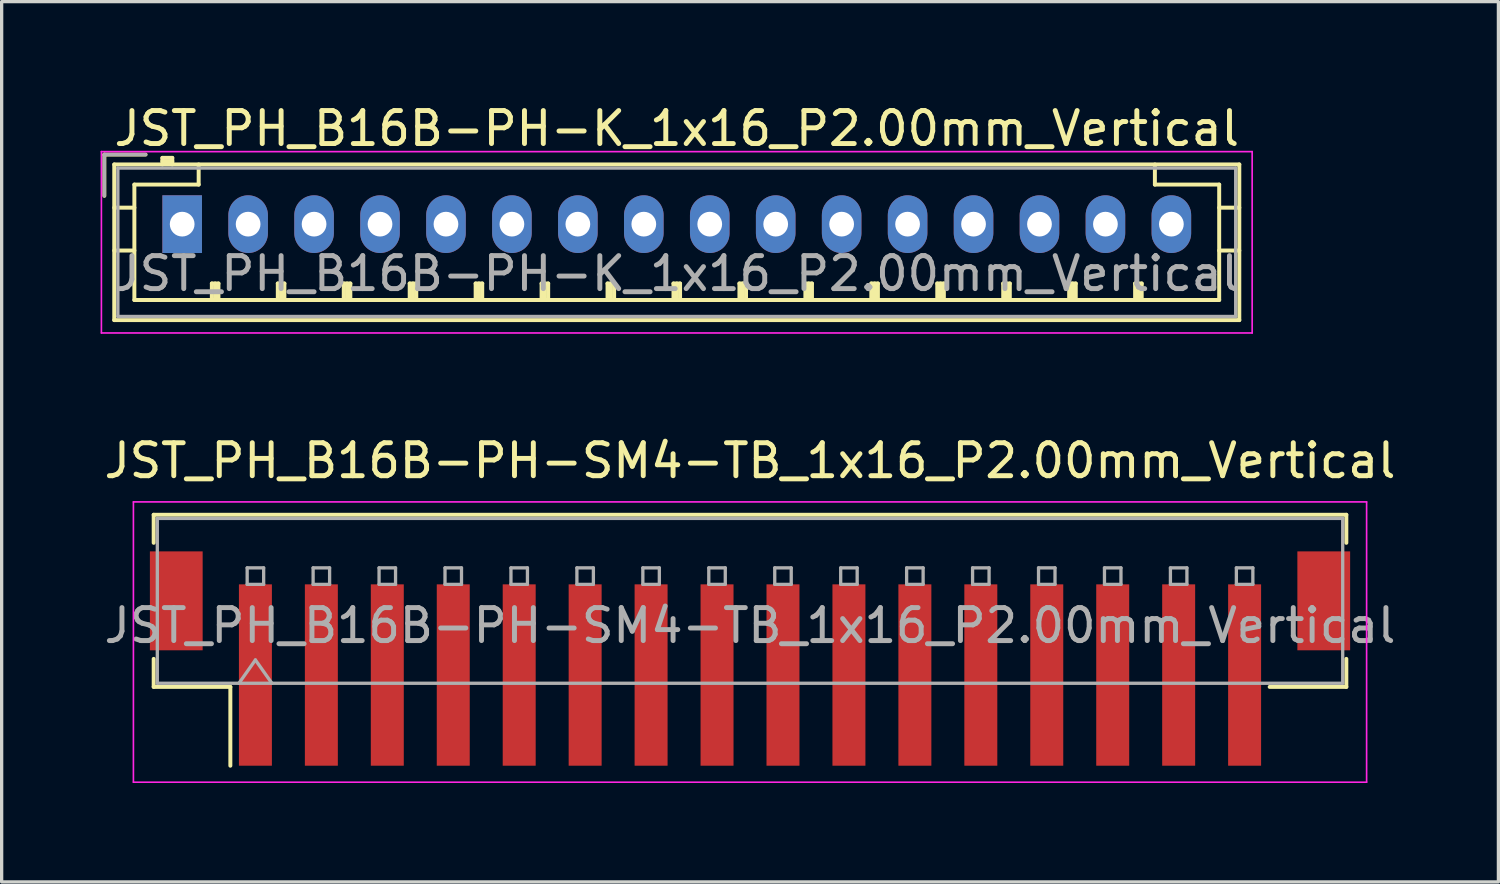
<source format=kicad_pcb>
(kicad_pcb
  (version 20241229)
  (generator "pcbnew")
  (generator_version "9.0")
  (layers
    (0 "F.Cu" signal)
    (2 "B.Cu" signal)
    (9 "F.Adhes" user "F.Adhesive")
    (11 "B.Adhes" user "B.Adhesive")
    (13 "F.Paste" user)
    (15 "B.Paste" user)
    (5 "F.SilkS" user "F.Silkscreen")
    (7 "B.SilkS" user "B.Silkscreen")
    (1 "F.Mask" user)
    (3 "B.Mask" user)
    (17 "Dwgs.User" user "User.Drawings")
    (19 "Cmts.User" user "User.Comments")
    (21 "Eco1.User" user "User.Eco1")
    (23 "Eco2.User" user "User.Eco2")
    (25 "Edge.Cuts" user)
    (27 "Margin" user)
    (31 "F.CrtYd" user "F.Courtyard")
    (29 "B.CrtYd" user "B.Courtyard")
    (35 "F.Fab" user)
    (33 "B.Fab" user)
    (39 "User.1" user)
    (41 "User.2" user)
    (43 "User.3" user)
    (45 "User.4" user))
  (footprint "JST_PH_B16B-PH-SM4-TB_1x16_P2.00mm_Vertical"
    (layer "F.Cu")
    (at 19.696 16.922)
    (property "Reference" "JST_PH_B16B-PH-SM4-TB_1x16_P2.00mm_Vertical" (at 0 -6 0) (layer "F.SilkS") (effects (font (size 1 1) (thickness 0.15))))
    (attr smd)
    (fp_line (start -18.085 -4.36) (end 18.085 -4.36) (stroke (width 0.12) (type solid)) (layer "F.SilkS"))
    (fp_line (start -18.085 -3.51) (end -18.085 -4.36) (stroke (width 0.12) (type solid)) (layer "F.SilkS"))
    (fp_line (start -18.085 0.01) (end -18.085 0.86) (stroke (width 0.12) (type solid)) (layer "F.SilkS"))
    (fp_line (start -18.085 0.86) (end -15.76 0.86) (stroke (width 0.12) (type solid)) (layer "F.SilkS"))
    (fp_line (start -15.76 0.86) (end -15.76 3.25) (stroke (width 0.12) (type solid)) (layer "F.SilkS"))
    (fp_line (start 18.085 -4.36) (end 18.085 -3.51) (stroke (width 0.12) (type solid)) (layer "F.SilkS"))
    (fp_line (start 18.085 0.01) (end 18.085 0.86) (stroke (width 0.12) (type solid)) (layer "F.SilkS"))
    (fp_line (start 18.085 0.86) (end 15.76 0.86) (stroke (width 0.12) (type solid)) (layer "F.SilkS"))
    (fp_line (start -18.7 -4.75) (end -18.7 3.75) (stroke (width 0.05) (type solid)) (layer "F.CrtYd"))
    (fp_line (start -18.7 3.75) (end 18.7 3.75) (stroke (width 0.05) (type solid)) (layer "F.CrtYd"))
    (fp_line (start 18.7 -4.75) (end -18.7 -4.75) (stroke (width 0.05) (type solid)) (layer "F.CrtYd"))
    (fp_line (start 18.7 3.75) (end 18.7 -4.75) (stroke (width 0.05) (type solid)) (layer "F.CrtYd"))
    (fp_line (start -17.975 -4.25) (end 17.975 -4.25) (stroke (width 0.1) (type solid)) (layer "F.Fab"))
    (fp_line (start -17.975 0.75) (end -17.975 -4.25) (stroke (width 0.1) (type solid)) (layer "F.Fab"))
    (fp_line (start -17.975 0.75) (end 17.975 0.75) (stroke (width 0.1) (type solid)) (layer "F.Fab"))
    (fp_line (start -15.5 0.75) (end -15 0.043) (stroke (width 0.1) (type solid)) (layer "F.Fab"))
    (fp_line (start -15.25 -2.75) (end -15.25 -2.25) (stroke (width 0.1) (type solid)) (layer "F.Fab"))
    (fp_line (start -15.25 -2.25) (end -14.75 -2.25) (stroke (width 0.1) (type solid)) (layer "F.Fab"))
    (fp_line (start -15 0.043) (end -14.5 0.75) (stroke (width 0.1) (type solid)) (layer "F.Fab"))
    (fp_line (start -14.75 -2.75) (end -15.25 -2.75) (stroke (width 0.1) (type solid)) (layer "F.Fab"))
    (fp_line (start -14.75 -2.25) (end -14.75 -2.75) (stroke (width 0.1) (type solid)) (layer "F.Fab"))
    (fp_line (start -13.25 -2.75) (end -13.25 -2.25) (stroke (width 0.1) (type solid)) (layer "F.Fab"))
    (fp_line (start -13.25 -2.25) (end -12.75 -2.25) (stroke (width 0.1) (type solid)) (layer "F.Fab"))
    (fp_line (start -12.75 -2.75) (end -13.25 -2.75) (stroke (width 0.1) (type solid)) (layer "F.Fab"))
    (fp_line (start -12.75 -2.25) (end -12.75 -2.75) (stroke (width 0.1) (type solid)) (layer "F.Fab"))
    (fp_line (start -11.25 -2.75) (end -11.25 -2.25) (stroke (width 0.1) (type solid)) (layer "F.Fab"))
    (fp_line (start -11.25 -2.25) (end -10.75 -2.25) (stroke (width 0.1) (type solid)) (layer "F.Fab"))
    (fp_line (start -10.75 -2.75) (end -11.25 -2.75) (stroke (width 0.1) (type solid)) (layer "F.Fab"))
    (fp_line (start -10.75 -2.25) (end -10.75 -2.75) (stroke (width 0.1) (type solid)) (layer "F.Fab"))
    (fp_line (start -9.25 -2.75) (end -9.25 -2.25) (stroke (width 0.1) (type solid)) (layer "F.Fab"))
    (fp_line (start -9.25 -2.25) (end -8.75 -2.25) (stroke (width 0.1) (type solid)) (layer "F.Fab"))
    (fp_line (start -8.75 -2.75) (end -9.25 -2.75) (stroke (width 0.1) (type solid)) (layer "F.Fab"))
    (fp_line (start -8.75 -2.25) (end -8.75 -2.75) (stroke (width 0.1) (type solid)) (layer "F.Fab"))
    (fp_line (start -7.25 -2.75) (end -7.25 -2.25) (stroke (width 0.1) (type solid)) (layer "F.Fab"))
    (fp_line (start -7.25 -2.25) (end -6.75 -2.25) (stroke (width 0.1) (type solid)) (layer "F.Fab"))
    (fp_line (start -6.75 -2.75) (end -7.25 -2.75) (stroke (width 0.1) (type solid)) (layer "F.Fab"))
    (fp_line (start -6.75 -2.25) (end -6.75 -2.75) (stroke (width 0.1) (type solid)) (layer "F.Fab"))
    (fp_line (start -5.25 -2.75) (end -5.25 -2.25) (stroke (width 0.1) (type solid)) (layer "F.Fab"))
    (fp_line (start -5.25 -2.25) (end -4.75 -2.25) (stroke (width 0.1) (type solid)) (layer "F.Fab"))
    (fp_line (start -4.75 -2.75) (end -5.25 -2.75) (stroke (width 0.1) (type solid)) (layer "F.Fab"))
    (fp_line (start -4.75 -2.25) (end -4.75 -2.75) (stroke (width 0.1) (type solid)) (layer "F.Fab"))
    (fp_line (start -3.25 -2.75) (end -3.25 -2.25) (stroke (width 0.1) (type solid)) (layer "F.Fab"))
    (fp_line (start -3.25 -2.25) (end -2.75 -2.25) (stroke (width 0.1) (type solid)) (layer "F.Fab"))
    (fp_line (start -2.75 -2.75) (end -3.25 -2.75) (stroke (width 0.1) (type solid)) (layer "F.Fab"))
    (fp_line (start -2.75 -2.25) (end -2.75 -2.75) (stroke (width 0.1) (type solid)) (layer "F.Fab"))
    (fp_line (start -1.25 -2.75) (end -1.25 -2.25) (stroke (width 0.1) (type solid)) (layer "F.Fab"))
    (fp_line (start -1.25 -2.25) (end -0.75 -2.25) (stroke (width 0.1) (type solid)) (layer "F.Fab"))
    (fp_line (start -0.75 -2.75) (end -1.25 -2.75) (stroke (width 0.1) (type solid)) (layer "F.Fab"))
    (fp_line (start -0.75 -2.25) (end -0.75 -2.75) (stroke (width 0.1) (type solid)) (layer "F.Fab"))
    (fp_line (start 0.75 -2.75) (end 0.75 -2.25) (stroke (width 0.1) (type solid)) (layer "F.Fab"))
    (fp_line (start 0.75 -2.25) (end 1.25 -2.25) (stroke (width 0.1) (type solid)) (layer "F.Fab"))
    (fp_line (start 1.25 -2.75) (end 0.75 -2.75) (stroke (width 0.1) (type solid)) (layer "F.Fab"))
    (fp_line (start 1.25 -2.25) (end 1.25 -2.75) (stroke (width 0.1) (type solid)) (layer "F.Fab"))
    (fp_line (start 2.75 -2.75) (end 2.75 -2.25) (stroke (width 0.1) (type solid)) (layer "F.Fab"))
    (fp_line (start 2.75 -2.25) (end 3.25 -2.25) (stroke (width 0.1) (type solid)) (layer "F.Fab"))
    (fp_line (start 3.25 -2.75) (end 2.75 -2.75) (stroke (width 0.1) (type solid)) (layer "F.Fab"))
    (fp_line (start 3.25 -2.25) (end 3.25 -2.75) (stroke (width 0.1) (type solid)) (layer "F.Fab"))
    (fp_line (start 4.75 -2.75) (end 4.75 -2.25) (stroke (width 0.1) (type solid)) (layer "F.Fab"))
    (fp_line (start 4.75 -2.25) (end 5.25 -2.25) (stroke (width 0.1) (type solid)) (layer "F.Fab"))
    (fp_line (start 5.25 -2.75) (end 4.75 -2.75) (stroke (width 0.1) (type solid)) (layer "F.Fab"))
    (fp_line (start 5.25 -2.25) (end 5.25 -2.75) (stroke (width 0.1) (type solid)) (layer "F.Fab"))
    (fp_line (start 6.75 -2.75) (end 6.75 -2.25) (stroke (width 0.1) (type solid)) (layer "F.Fab"))
    (fp_line (start 6.75 -2.25) (end 7.25 -2.25) (stroke (width 0.1) (type solid)) (layer "F.Fab"))
    (fp_line (start 7.25 -2.75) (end 6.75 -2.75) (stroke (width 0.1) (type solid)) (layer "F.Fab"))
    (fp_line (start 7.25 -2.25) (end 7.25 -2.75) (stroke (width 0.1) (type solid)) (layer "F.Fab"))
    (fp_line (start 8.75 -2.75) (end 8.75 -2.25) (stroke (width 0.1) (type solid)) (layer "F.Fab"))
    (fp_line (start 8.75 -2.25) (end 9.25 -2.25) (stroke (width 0.1) (type solid)) (layer "F.Fab"))
    (fp_line (start 9.25 -2.75) (end 8.75 -2.75) (stroke (width 0.1) (type solid)) (layer "F.Fab"))
    (fp_line (start 9.25 -2.25) (end 9.25 -2.75) (stroke (width 0.1) (type solid)) (layer "F.Fab"))
    (fp_line (start 10.75 -2.75) (end 10.75 -2.25) (stroke (width 0.1) (type solid)) (layer "F.Fab"))
    (fp_line (start 10.75 -2.25) (end 11.25 -2.25) (stroke (width 0.1) (type solid)) (layer "F.Fab"))
    (fp_line (start 11.25 -2.75) (end 10.75 -2.75) (stroke (width 0.1) (type solid)) (layer "F.Fab"))
    (fp_line (start 11.25 -2.25) (end 11.25 -2.75) (stroke (width 0.1) (type solid)) (layer "F.Fab"))
    (fp_line (start 12.75 -2.75) (end 12.75 -2.25) (stroke (width 0.1) (type solid)) (layer "F.Fab"))
    (fp_line (start 12.75 -2.25) (end 13.25 -2.25) (stroke (width 0.1) (type solid)) (layer "F.Fab"))
    (fp_line (start 13.25 -2.75) (end 12.75 -2.75) (stroke (width 0.1) (type solid)) (layer "F.Fab"))
    (fp_line (start 13.25 -2.25) (end 13.25 -2.75) (stroke (width 0.1) (type solid)) (layer "F.Fab"))
    (fp_line (start 14.75 -2.75) (end 14.75 -2.25) (stroke (width 0.1) (type solid)) (layer "F.Fab"))
    (fp_line (start 14.75 -2.25) (end 15.25 -2.25) (stroke (width 0.1) (type solid)) (layer "F.Fab"))
    (fp_line (start 15.25 -2.75) (end 14.75 -2.75) (stroke (width 0.1) (type solid)) (layer "F.Fab"))
    (fp_line (start 15.25 -2.25) (end 15.25 -2.75) (stroke (width 0.1) (type solid)) (layer "F.Fab"))
    (fp_line (start 17.975 0.75) (end 17.975 -4.25) (stroke (width 0.1) (type solid)) (layer "F.Fab"))
    (fp_text user "${REFERENCE}" (at 0 -1 0) (layer "F.Fab") (effects (font (size 1 1) (thickness 0.15))))
    (pad "" smd rect (at -17.4 -1.75) (size 1.6 3) (layers "F.Cu" "F.Mask" "F.Paste"))
    (pad "" smd rect (at 17.4 -1.75) (size 1.6 3) (layers "F.Cu" "F.Mask" "F.Paste"))
    (pad "1" smd rect (at -15 0.5) (size 1 5.5) (layers "F.Cu" "F.Mask" "F.Paste"))
    (pad "2" smd rect (at -13 0.5) (size 1 5.5) (layers "F.Cu" "F.Mask" "F.Paste"))
    (pad "3" smd rect (at -11 0.5) (size 1 5.5) (layers "F.Cu" "F.Mask" "F.Paste"))
    (pad "4" smd rect (at -9 0.5) (size 1 5.5) (layers "F.Cu" "F.Mask" "F.Paste"))
    (pad "5" smd rect (at -7 0.5) (size 1 5.5) (layers "F.Cu" "F.Mask" "F.Paste"))
    (pad "6" smd rect (at -5 0.5) (size 1 5.5) (layers "F.Cu" "F.Mask" "F.Paste"))
    (pad "7" smd rect (at -3 0.5) (size 1 5.5) (layers "F.Cu" "F.Mask" "F.Paste"))
    (pad "8" smd rect (at -1 0.5) (size 1 5.5) (layers "F.Cu" "F.Mask" "F.Paste"))
    (pad "9" smd rect (at 1 0.5) (size 1 5.5) (layers "F.Cu" "F.Mask" "F.Paste"))
    (pad "10" smd rect (at 3 0.5) (size 1 5.5) (layers "F.Cu" "F.Mask" "F.Paste"))
    (pad "11" smd rect (at 5 0.5) (size 1 5.5) (layers "F.Cu" "F.Mask" "F.Paste"))
    (pad "12" smd rect (at 7 0.5) (size 1 5.5) (layers "F.Cu" "F.Mask" "F.Paste"))
    (pad "13" smd rect (at 9 0.5) (size 1 5.5) (layers "F.Cu" "F.Mask" "F.Paste"))
    (pad "14" smd rect (at 11 0.5) (size 1 5.5) (layers "F.Cu" "F.Mask" "F.Paste"))
    (pad "15" smd rect (at 13 0.5) (size 1 5.5) (layers "F.Cu" "F.Mask" "F.Paste"))
    (pad "16" smd rect (at 15 0.5) (size 1 5.5) (layers "F.Cu" "F.Mask" "F.Paste")))
  (footprint "JST_PH_B16B-PH-K_1x16_P2.00mm_Vertical"
    (layer "F.Cu")
    (at 2.475 3.748)
    (property "Reference" "JST_PH_B16B-PH-K_1x16_P2.00mm_Vertical" (at 15 -2.9 0) (layer "F.SilkS") (effects (font (size 1 1) (thickness 0.15))))
    (attr through_hole)
    (fp_line (start -2.36 -2.11) (end -2.36 -0.86) (stroke (width 0.12) (type solid)) (layer "F.SilkS"))
    (fp_line (start -2.06 -1.81) (end -2.06 2.91) (stroke (width 0.12) (type solid)) (layer "F.SilkS"))
    (fp_line (start -2.06 -0.5) (end -1.45 -0.5) (stroke (width 0.12) (type solid)) (layer "F.SilkS"))
    (fp_line (start -2.06 0.8) (end -1.45 0.8) (stroke (width 0.12) (type solid)) (layer "F.SilkS"))
    (fp_line (start -2.06 2.91) (end 32.06 2.91) (stroke (width 0.12) (type solid)) (layer "F.SilkS"))
    (fp_line (start -1.45 -1.2) (end -1.45 2.3) (stroke (width 0.12) (type solid)) (layer "F.SilkS"))
    (fp_line (start -1.45 2.3) (end 31.45 2.3) (stroke (width 0.12) (type solid)) (layer "F.SilkS"))
    (fp_line (start -1.11 -2.11) (end -2.36 -2.11) (stroke (width 0.12) (type solid)) (layer "F.SilkS"))
    (fp_line (start -0.6 -2.01) (end -0.6 -1.81) (stroke (width 0.12) (type solid)) (layer "F.SilkS"))
    (fp_line (start -0.3 -2.01) (end -0.6 -2.01) (stroke (width 0.12) (type solid)) (layer "F.SilkS"))
    (fp_line (start -0.3 -1.91) (end -0.6 -1.91) (stroke (width 0.12) (type solid)) (layer "F.SilkS"))
    (fp_line (start -0.3 -1.81) (end -0.3 -2.01) (stroke (width 0.12) (type solid)) (layer "F.SilkS"))
    (fp_line (start 0.5 -1.81) (end 0.5 -1.2) (stroke (width 0.12) (type solid)) (layer "F.SilkS"))
    (fp_line (start 0.5 -1.2) (end -1.45 -1.2) (stroke (width 0.12) (type solid)) (layer "F.SilkS"))
    (fp_line (start 0.9 1.8) (end 1.1 1.8) (stroke (width 0.12) (type solid)) (layer "F.SilkS"))
    (fp_line (start 0.9 2.3) (end 0.9 1.8) (stroke (width 0.12) (type solid)) (layer "F.SilkS"))
    (fp_line (start 1 2.3) (end 1 1.8) (stroke (width 0.12) (type solid)) (layer "F.SilkS"))
    (fp_line (start 1.1 1.8) (end 1.1 2.3) (stroke (width 0.12) (type solid)) (layer "F.SilkS"))
    (fp_line (start 2.9 1.8) (end 3.1 1.8) (stroke (width 0.12) (type solid)) (layer "F.SilkS"))
    (fp_line (start 2.9 2.3) (end 2.9 1.8) (stroke (width 0.12) (type solid)) (layer "F.SilkS"))
    (fp_line (start 3 2.3) (end 3 1.8) (stroke (width 0.12) (type solid)) (layer "F.SilkS"))
    (fp_line (start 3.1 1.8) (end 3.1 2.3) (stroke (width 0.12) (type solid)) (layer "F.SilkS"))
    (fp_line (start 4.9 1.8) (end 5.1 1.8) (stroke (width 0.12) (type solid)) (layer "F.SilkS"))
    (fp_line (start 4.9 2.3) (end 4.9 1.8) (stroke (width 0.12) (type solid)) (layer "F.SilkS"))
    (fp_line (start 5 2.3) (end 5 1.8) (stroke (width 0.12) (type solid)) (layer "F.SilkS"))
    (fp_line (start 5.1 1.8) (end 5.1 2.3) (stroke (width 0.12) (type solid)) (layer "F.SilkS"))
    (fp_line (start 6.9 1.8) (end 7.1 1.8) (stroke (width 0.12) (type solid)) (layer "F.SilkS"))
    (fp_line (start 6.9 2.3) (end 6.9 1.8) (stroke (width 0.12) (type solid)) (layer "F.SilkS"))
    (fp_line (start 7 2.3) (end 7 1.8) (stroke (width 0.12) (type solid)) (layer "F.SilkS"))
    (fp_line (start 7.1 1.8) (end 7.1 2.3) (stroke (width 0.12) (type solid)) (layer "F.SilkS"))
    (fp_line (start 8.9 1.8) (end 9.1 1.8) (stroke (width 0.12) (type solid)) (layer "F.SilkS"))
    (fp_line (start 8.9 2.3) (end 8.9 1.8) (stroke (width 0.12) (type solid)) (layer "F.SilkS"))
    (fp_line (start 9 2.3) (end 9 1.8) (stroke (width 0.12) (type solid)) (layer "F.SilkS"))
    (fp_line (start 9.1 1.8) (end 9.1 2.3) (stroke (width 0.12) (type solid)) (layer "F.SilkS"))
    (fp_line (start 10.9 1.8) (end 11.1 1.8) (stroke (width 0.12) (type solid)) (layer "F.SilkS"))
    (fp_line (start 10.9 2.3) (end 10.9 1.8) (stroke (width 0.12) (type solid)) (layer "F.SilkS"))
    (fp_line (start 11 2.3) (end 11 1.8) (stroke (width 0.12) (type solid)) (layer "F.SilkS"))
    (fp_line (start 11.1 1.8) (end 11.1 2.3) (stroke (width 0.12) (type solid)) (layer "F.SilkS"))
    (fp_line (start 12.9 1.8) (end 13.1 1.8) (stroke (width 0.12) (type solid)) (layer "F.SilkS"))
    (fp_line (start 12.9 2.3) (end 12.9 1.8) (stroke (width 0.12) (type solid)) (layer "F.SilkS"))
    (fp_line (start 13 2.3) (end 13 1.8) (stroke (width 0.12) (type solid)) (layer "F.SilkS"))
    (fp_line (start 13.1 1.8) (end 13.1 2.3) (stroke (width 0.12) (type solid)) (layer "F.SilkS"))
    (fp_line (start 14.9 1.8) (end 15.1 1.8) (stroke (width 0.12) (type solid)) (layer "F.SilkS"))
    (fp_line (start 14.9 2.3) (end 14.9 1.8) (stroke (width 0.12) (type solid)) (layer "F.SilkS"))
    (fp_line (start 15 2.3) (end 15 1.8) (stroke (width 0.12) (type solid)) (layer "F.SilkS"))
    (fp_line (start 15.1 1.8) (end 15.1 2.3) (stroke (width 0.12) (type solid)) (layer "F.SilkS"))
    (fp_line (start 16.9 1.8) (end 17.1 1.8) (stroke (width 0.12) (type solid)) (layer "F.SilkS"))
    (fp_line (start 16.9 2.3) (end 16.9 1.8) (stroke (width 0.12) (type solid)) (layer "F.SilkS"))
    (fp_line (start 17 2.3) (end 17 1.8) (stroke (width 0.12) (type solid)) (layer "F.SilkS"))
    (fp_line (start 17.1 1.8) (end 17.1 2.3) (stroke (width 0.12) (type solid)) (layer "F.SilkS"))
    (fp_line (start 18.9 1.8) (end 19.1 1.8) (stroke (width 0.12) (type solid)) (layer "F.SilkS"))
    (fp_line (start 18.9 2.3) (end 18.9 1.8) (stroke (width 0.12) (type solid)) (layer "F.SilkS"))
    (fp_line (start 19 2.3) (end 19 1.8) (stroke (width 0.12) (type solid)) (layer "F.SilkS"))
    (fp_line (start 19.1 1.8) (end 19.1 2.3) (stroke (width 0.12) (type solid)) (layer "F.SilkS"))
    (fp_line (start 20.9 1.8) (end 21.1 1.8) (stroke (width 0.12) (type solid)) (layer "F.SilkS"))
    (fp_line (start 20.9 2.3) (end 20.9 1.8) (stroke (width 0.12) (type solid)) (layer "F.SilkS"))
    (fp_line (start 21 2.3) (end 21 1.8) (stroke (width 0.12) (type solid)) (layer "F.SilkS"))
    (fp_line (start 21.1 1.8) (end 21.1 2.3) (stroke (width 0.12) (type solid)) (layer "F.SilkS"))
    (fp_line (start 22.9 1.8) (end 23.1 1.8) (stroke (width 0.12) (type solid)) (layer "F.SilkS"))
    (fp_line (start 22.9 2.3) (end 22.9 1.8) (stroke (width 0.12) (type solid)) (layer "F.SilkS"))
    (fp_line (start 23 2.3) (end 23 1.8) (stroke (width 0.12) (type solid)) (layer "F.SilkS"))
    (fp_line (start 23.1 1.8) (end 23.1 2.3) (stroke (width 0.12) (type solid)) (layer "F.SilkS"))
    (fp_line (start 24.9 1.8) (end 25.1 1.8) (stroke (width 0.12) (type solid)) (layer "F.SilkS"))
    (fp_line (start 24.9 2.3) (end 24.9 1.8) (stroke (width 0.12) (type solid)) (layer "F.SilkS"))
    (fp_line (start 25 2.3) (end 25 1.8) (stroke (width 0.12) (type solid)) (layer "F.SilkS"))
    (fp_line (start 25.1 1.8) (end 25.1 2.3) (stroke (width 0.12) (type solid)) (layer "F.SilkS"))
    (fp_line (start 26.9 1.8) (end 27.1 1.8) (stroke (width 0.12) (type solid)) (layer "F.SilkS"))
    (fp_line (start 26.9 2.3) (end 26.9 1.8) (stroke (width 0.12) (type solid)) (layer "F.SilkS"))
    (fp_line (start 27 2.3) (end 27 1.8) (stroke (width 0.12) (type solid)) (layer "F.SilkS"))
    (fp_line (start 27.1 1.8) (end 27.1 2.3) (stroke (width 0.12) (type solid)) (layer "F.SilkS"))
    (fp_line (start 28.9 1.8) (end 29.1 1.8) (stroke (width 0.12) (type solid)) (layer "F.SilkS"))
    (fp_line (start 28.9 2.3) (end 28.9 1.8) (stroke (width 0.12) (type solid)) (layer "F.SilkS"))
    (fp_line (start 29 2.3) (end 29 1.8) (stroke (width 0.12) (type solid)) (layer "F.SilkS"))
    (fp_line (start 29.1 1.8) (end 29.1 2.3) (stroke (width 0.12) (type solid)) (layer "F.SilkS"))
    (fp_line (start 29.5 -1.2) (end 29.5 -1.81) (stroke (width 0.12) (type solid)) (layer "F.SilkS"))
    (fp_line (start 31.45 -1.2) (end 29.5 -1.2) (stroke (width 0.12) (type solid)) (layer "F.SilkS"))
    (fp_line (start 31.45 2.3) (end 31.45 -1.2) (stroke (width 0.12) (type solid)) (layer "F.SilkS"))
    (fp_line (start 32.06 -1.81) (end -2.06 -1.81) (stroke (width 0.12) (type solid)) (layer "F.SilkS"))
    (fp_line (start 32.06 -0.5) (end 31.45 -0.5) (stroke (width 0.12) (type solid)) (layer "F.SilkS"))
    (fp_line (start 32.06 0.8) (end 31.45 0.8) (stroke (width 0.12) (type solid)) (layer "F.SilkS"))
    (fp_line (start 32.06 2.91) (end 32.06 -1.81) (stroke (width 0.12) (type solid)) (layer "F.SilkS"))
    (fp_line (start -2.45 -2.2) (end -2.45 3.3) (stroke (width 0.05) (type solid)) (layer "F.CrtYd"))
    (fp_line (start -2.45 3.3) (end 32.45 3.3) (stroke (width 0.05) (type solid)) (layer "F.CrtYd"))
    (fp_line (start 32.45 -2.2) (end -2.45 -2.2) (stroke (width 0.05) (type solid)) (layer "F.CrtYd"))
    (fp_line (start 32.45 3.3) (end 32.45 -2.2) (stroke (width 0.05) (type solid)) (layer "F.CrtYd"))
    (fp_line (start -2.36 -2.11) (end -2.36 -0.86) (stroke (width 0.1) (type solid)) (layer "F.Fab"))
    (fp_line (start -1.95 -1.7) (end -1.95 2.8) (stroke (width 0.1) (type solid)) (layer "F.Fab"))
    (fp_line (start -1.95 2.8) (end 31.95 2.8) (stroke (width 0.1) (type solid)) (layer "F.Fab"))
    (fp_line (start -1.11 -2.11) (end -2.36 -2.11) (stroke (width 0.1) (type solid)) (layer "F.Fab"))
    (fp_line (start 31.95 -1.7) (end -1.95 -1.7) (stroke (width 0.1) (type solid)) (layer "F.Fab"))
    (fp_line (start 31.95 2.8) (end 31.95 -1.7) (stroke (width 0.1) (type solid)) (layer "F.Fab"))
    (fp_text user "${REFERENCE}" (at 15 1.5 0) (layer "F.Fab") (effects (font (size 1 1) (thickness 0.15))))
    (pad "1" thru_hole rect (at 0 0) (size 1.2 1.75) (drill 0.75) (layers "*.Cu" "*.Mask"))
    (pad "2" thru_hole oval (at 2 0) (size 1.2 1.75) (drill 0.75) (layers "*.Cu" "*.Mask"))
    (pad "3" thru_hole oval (at 4 0) (size 1.2 1.75) (drill 0.75) (layers "*.Cu" "*.Mask"))
    (pad "4" thru_hole oval (at 6 0) (size 1.2 1.75) (drill 0.75) (layers "*.Cu" "*.Mask"))
    (pad "5" thru_hole oval (at 8 0) (size 1.2 1.75) (drill 0.75) (layers "*.Cu" "*.Mask"))
    (pad "6" thru_hole oval (at 10 0) (size 1.2 1.75) (drill 0.75) (layers "*.Cu" "*.Mask"))
    (pad "7" thru_hole oval (at 12 0) (size 1.2 1.75) (drill 0.75) (layers "*.Cu" "*.Mask"))
    (pad "8" thru_hole oval (at 14 0) (size 1.2 1.75) (drill 0.75) (layers "*.Cu" "*.Mask"))
    (pad "9" thru_hole oval (at 16 0) (size 1.2 1.75) (drill 0.75) (layers "*.Cu" "*.Mask"))
    (pad "10" thru_hole oval (at 18 0) (size 1.2 1.75) (drill 0.75) (layers "*.Cu" "*.Mask"))
    (pad "11" thru_hole oval (at 20 0) (size 1.2 1.75) (drill 0.75) (layers "*.Cu" "*.Mask"))
    (pad "12" thru_hole oval (at 22 0) (size 1.2 1.75) (drill 0.75) (layers "*.Cu" "*.Mask"))
    (pad "13" thru_hole oval (at 24 0) (size 1.2 1.75) (drill 0.75) (layers "*.Cu" "*.Mask"))
    (pad "14" thru_hole oval (at 26 0) (size 1.2 1.75) (drill 0.75) (layers "*.Cu" "*.Mask"))
    (pad "15" thru_hole oval (at 28 0) (size 1.2 1.75) (drill 0.75) (layers "*.Cu" "*.Mask"))
    (pad "16" thru_hole oval (at 30 0) (size 1.2 1.75) (drill 0.75) (layers "*.Cu" "*.Mask")))
  (gr_rect
    (start -3 -3)
    (end 42.393 23.697)
    (stroke (width 0.1) (type default))
    (fill no)
    (layer "Edge.Cuts")))
</source>
